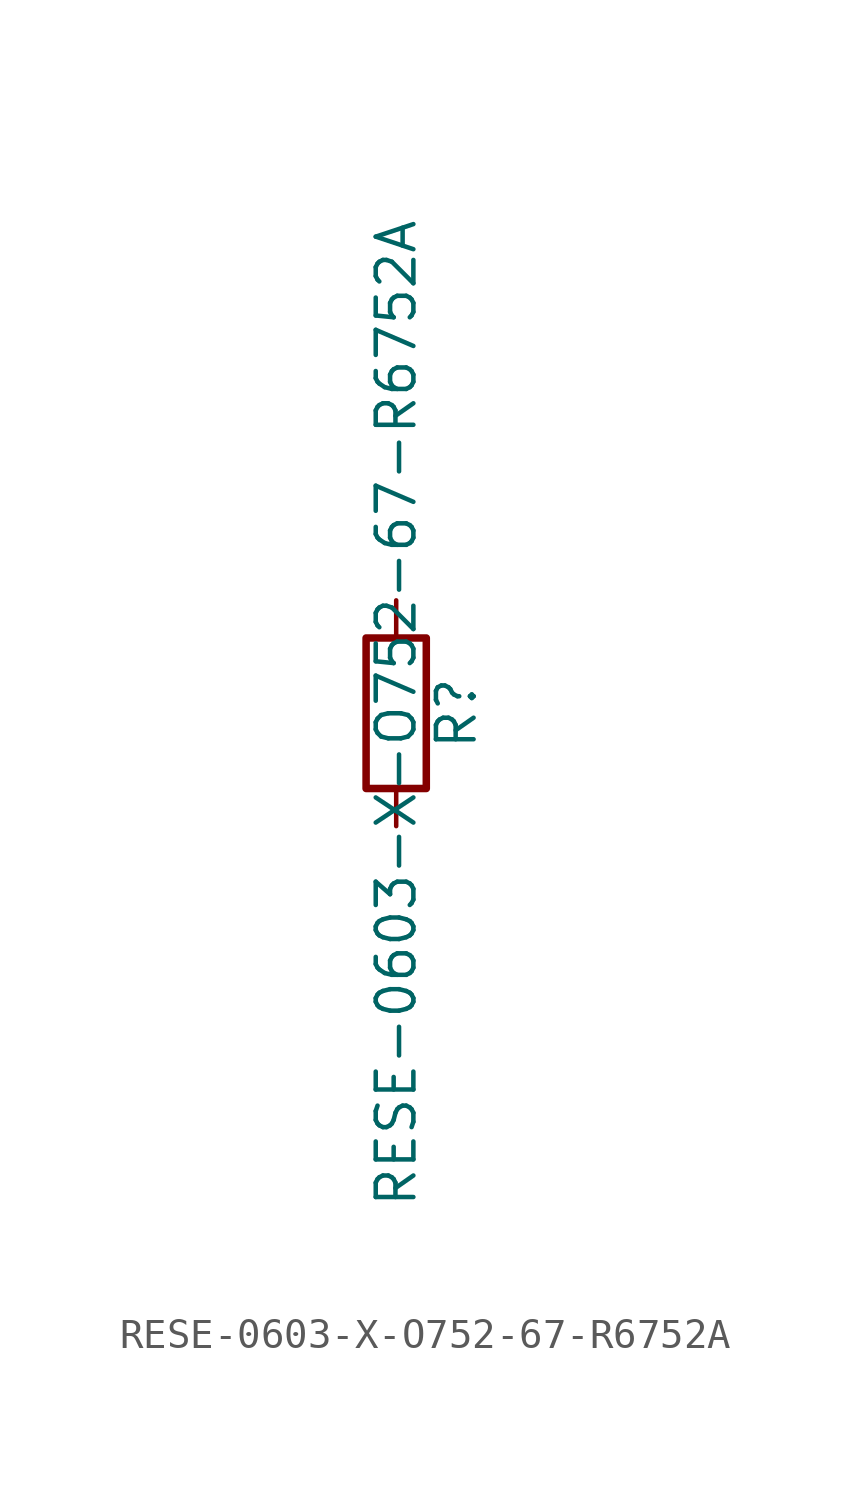
<source format=kicad_sym>
(kicad_symbol_lib
  (version 20211014)
  (generator kicad_symbol_editor)
  (symbol "RESE-0603-X-O752-67-R6752A"
    (pin_numbers hide)
    (pin_names
      (offset 0))
    (property "Reference" "R"
      (at 2.032 0 90)
      (effects (font (size 1.27 1.27))))
    (property "Value" "RESE-0603-X-O752-67-R6752A"
      (at 0 0 90)
      (effects (font (size 1.27 1.27))))
    (symbol "RESE-0603-X-O752-67-R6752A_0_1"
      (rectangle (start -1.016 -2.54) (end 1.016 2.54) (stroke (width 0.254) (type default) (color 0 0 0 0)) (fill (type none))))
    (symbol "RESE-0603-X-O752-67-R6752A_1_1"
      (pin passive line (at 0 3.81 270) (length 1.27) (name "~" (effects (font (size 1.27 1.27)))) (number "1" (effects (font (size 1.27 1.27)))))
      (pin passive line (at 0 -3.81 90) (length 1.27) (name "~" (effects (font (size 1.27 1.27)))) (number "2" (effects (font (size 1.27 1.27))))))))
</source>
